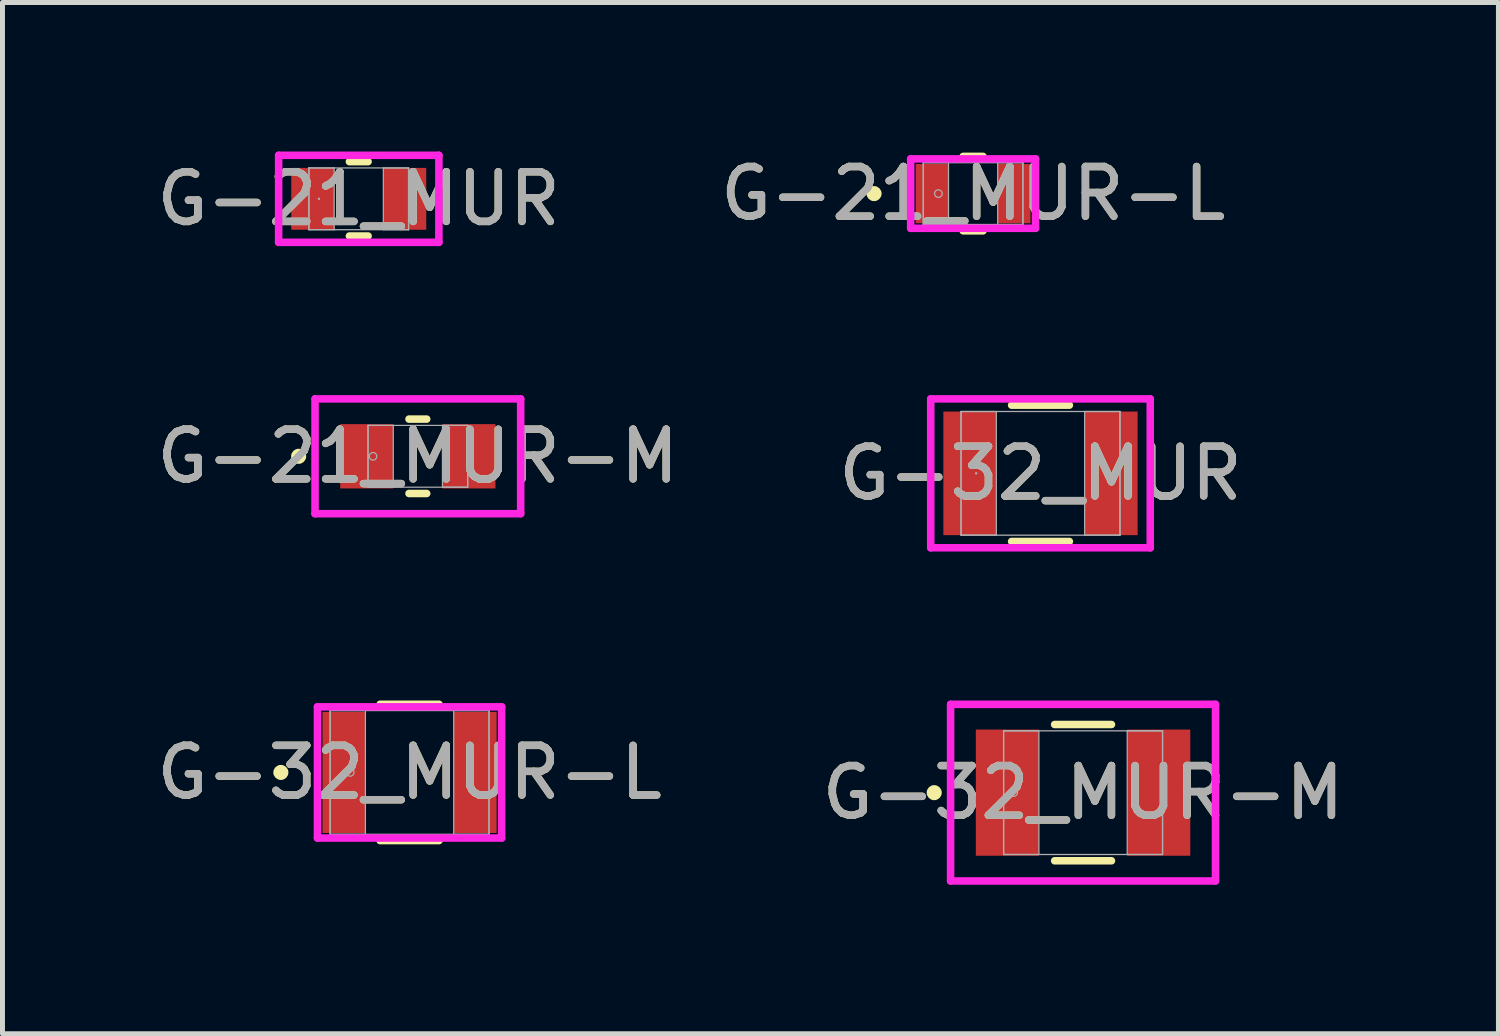
<source format=kicad_pcb>
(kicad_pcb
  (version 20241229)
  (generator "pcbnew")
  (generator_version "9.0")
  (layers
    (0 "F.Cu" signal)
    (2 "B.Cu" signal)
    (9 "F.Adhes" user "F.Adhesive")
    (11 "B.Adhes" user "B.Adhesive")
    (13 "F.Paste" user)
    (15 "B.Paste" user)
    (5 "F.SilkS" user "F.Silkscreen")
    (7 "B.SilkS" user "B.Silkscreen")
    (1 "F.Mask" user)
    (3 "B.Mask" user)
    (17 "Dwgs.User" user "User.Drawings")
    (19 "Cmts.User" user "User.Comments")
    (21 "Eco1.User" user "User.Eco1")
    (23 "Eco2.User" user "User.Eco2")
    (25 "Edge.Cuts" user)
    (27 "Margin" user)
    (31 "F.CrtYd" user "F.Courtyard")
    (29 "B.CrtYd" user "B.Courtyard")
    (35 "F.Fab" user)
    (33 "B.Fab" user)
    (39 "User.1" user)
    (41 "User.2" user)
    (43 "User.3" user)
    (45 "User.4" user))
  (footprint "G-21_MUR-L"
    (layer "F.Cu")
    (at 16.542 0.848)
    (property "Reference" "G-21_MUR-L" (at 0 0 0) (unlocked yes) (layer "F.SilkS") (effects (font (size 1 1) (thickness 0.15))))
    (attr smd)
    (fp_line (start -0.2 0.749) (end 0.2 0.749) (stroke (width 0.152) (type solid)) (layer "F.SilkS"))
    (fp_line (start 0.2 -0.749) (end -0.2 -0.749) (stroke (width 0.152) (type solid)) (layer "F.SilkS"))
    (fp_circle (center -1.994 0) (end -1.918 0) (stroke (width 0.152) (type solid)) (fill no) (layer "F.SilkS"))
    (fp_line (start -1.257 -0.699) (end 1.257 -0.699) (stroke (width 0.152) (type solid)) (layer "F.CrtYd"))
    (fp_line (start -1.257 0.699) (end -1.257 -0.699) (stroke (width 0.152) (type solid)) (layer "F.CrtYd"))
    (fp_line (start 1.257 -0.699) (end 1.257 0.699) (stroke (width 0.152) (type solid)) (layer "F.CrtYd"))
    (fp_line (start 1.257 0.699) (end -1.257 0.699) (stroke (width 0.152) (type solid)) (layer "F.CrtYd"))
    (fp_line (start -1.003 -0.622) (end -1.003 0.622) (stroke (width 0.025) (type solid)) (layer "F.Fab"))
    (fp_line (start -1.003 -0.622) (end -1.003 0.622) (stroke (width 0.025) (type solid)) (layer "F.Fab"))
    (fp_line (start -1.003 0.622) (end -0.495 0.622) (stroke (width 0.025) (type solid)) (layer "F.Fab"))
    (fp_line (start -1.003 0.622) (end 1.003 0.622) (stroke (width 0.025) (type solid)) (layer "F.Fab"))
    (fp_line (start -0.495 -0.622) (end -1.003 -0.622) (stroke (width 0.025) (type solid)) (layer "F.Fab"))
    (fp_line (start -0.495 0.622) (end -0.495 -0.622) (stroke (width 0.025) (type solid)) (layer "F.Fab"))
    (fp_line (start 0.495 -0.622) (end 0.495 0.622) (stroke (width 0.025) (type solid)) (layer "F.Fab"))
    (fp_line (start 0.495 0.622) (end 1.003 0.622) (stroke (width 0.025) (type solid)) (layer "F.Fab"))
    (fp_line (start 1.003 -0.622) (end -1.003 -0.622) (stroke (width 0.025) (type solid)) (layer "F.Fab"))
    (fp_line (start 1.003 -0.622) (end 0.495 -0.622) (stroke (width 0.025) (type solid)) (layer "F.Fab"))
    (fp_line (start 1.003 0.622) (end 1.003 -0.622) (stroke (width 0.025) (type solid)) (layer "F.Fab"))
    (fp_line (start 1.003 0.622) (end 1.003 -0.622) (stroke (width 0.025) (type solid)) (layer "F.Fab"))
    (fp_circle (center -0.699 0) (end -0.622 0) (stroke (width 0.025) (type solid)) (fill no) (layer "F.Fab"))
    (fp_text user "${REFERENCE}" (at 0 0 0) (unlocked yes) (layer "F.Fab") (effects (font (size 1 1) (thickness 0.15))))
    (pad "1" smd rect (at -0.826 0) (size 0.66 1.194) (layers "F.Cu" "F.Mask" "F.Paste"))
    (pad "2" smd rect (at 0.826 0) (size 0.66 1.194) (layers "F.Cu" "F.Mask" "F.Paste"))
    (zone (net_name "") (layer "F.Cu") (hatch full 0.508) (connect_pads) (min_thickness 0.254) (filled_areas_thickness no) (keepout (tracks not_allowed) (vias not_allowed) (pads allowed) (copperpour not_allowed) (footprints allowed)) (placement (enabled no)) (fill) (polygon (pts (xy 16.097 0.277) (xy 16.986 0.277) (xy 16.986 1.42) (xy 16.097 1.42)))))
  (footprint "G-32_MUR"
    (layer "F.Cu")
    (at 17.899 6.48)
    (property "Reference" "G-32_MUR" (at 0 0 0) (unlocked yes) (layer "F.SilkS") (effects (font (size 1 1) (thickness 0.15))))
    (attr smd)
    (fp_line (start -0.581 1.372) (end 0.581 1.372) (stroke (width 0.152) (type solid)) (layer "F.SilkS"))
    (fp_line (start 0.581 -1.372) (end -0.581 -1.372) (stroke (width 0.152) (type solid)) (layer "F.SilkS"))
    (fp_line (start -2.21 -1.499) (end 2.21 -1.499) (stroke (width 0.152) (type solid)) (layer "F.CrtYd"))
    (fp_line (start -2.21 1.499) (end -2.21 -1.499) (stroke (width 0.152) (type solid)) (layer "F.CrtYd"))
    (fp_line (start 2.21 -1.499) (end 2.21 1.499) (stroke (width 0.152) (type solid)) (layer "F.CrtYd"))
    (fp_line (start 2.21 1.499) (end -2.21 1.499) (stroke (width 0.152) (type solid)) (layer "F.CrtYd"))
    (fp_line (start -1.6 -1.245) (end -1.6 1.245) (stroke (width 0.025) (type solid)) (layer "F.Fab"))
    (fp_line (start -1.6 -1.245) (end -1.6 1.245) (stroke (width 0.025) (type solid)) (layer "F.Fab"))
    (fp_line (start -1.6 1.245) (end -0.889 1.245) (stroke (width 0.025) (type solid)) (layer "F.Fab"))
    (fp_line (start -1.6 1.245) (end 1.6 1.245) (stroke (width 0.025) (type solid)) (layer "F.Fab"))
    (fp_line (start -0.889 -1.245) (end -1.6 -1.245) (stroke (width 0.025) (type solid)) (layer "F.Fab"))
    (fp_line (start -0.889 1.245) (end -0.889 -1.245) (stroke (width 0.025) (type solid)) (layer "F.Fab"))
    (fp_line (start 0.889 -1.245) (end 0.889 1.245) (stroke (width 0.025) (type solid)) (layer "F.Fab"))
    (fp_line (start 0.889 1.245) (end 1.6 1.245) (stroke (width 0.025) (type solid)) (layer "F.Fab"))
    (fp_line (start 1.6 -1.245) (end -1.6 -1.245) (stroke (width 0.025) (type solid)) (layer "F.Fab"))
    (fp_line (start 1.6 -1.245) (end 0.889 -1.245) (stroke (width 0.025) (type solid)) (layer "F.Fab"))
    (fp_line (start 1.6 1.245) (end 1.6 -1.245) (stroke (width 0.025) (type solid)) (layer "F.Fab"))
    (fp_line (start 1.6 1.245) (end 1.6 -1.245) (stroke (width 0.025) (type solid)) (layer "F.Fab"))
    (fp_circle (center -1.295 0) (end -1.295 0) (stroke (width 0.025) (type solid)) (fill no) (layer "F.Fab"))
    (fp_text user "${REFERENCE}" (at 0 0 0) (unlocked yes) (layer "F.Fab") (effects (font (size 1 1) (thickness 0.15))))
    (pad "1" smd rect (at -1.422 0) (size 1.067 2.489) (layers "F.Cu" "F.Mask" "F.Paste"))
    (pad "2" smd rect (at 1.422 0) (size 1.067 2.489) (layers "F.Cu" "F.Mask" "F.Paste")))
  (footprint "G-21_MUR-M"
    (layer "F.Cu")
    (at 5.363 6.137)
    (property "Reference" "G-21_MUR-M" (at 0 0 0) (unlocked yes) (layer "F.SilkS") (effects (font (size 1 1) (thickness 0.15))))
    (attr smd)
    (fp_line (start -0.178 0.749) (end 0.178 0.749) (stroke (width 0.152) (type solid)) (layer "F.SilkS"))
    (fp_line (start 0.178 -0.749) (end -0.178 -0.749) (stroke (width 0.152) (type solid)) (layer "F.SilkS"))
    (fp_circle (center -2.4 0) (end -2.324 0) (stroke (width 0.152) (type solid)) (fill no) (layer "F.SilkS"))
    (fp_line (start -2.07 -1.156) (end 2.07 -1.156) (stroke (width 0.152) (type solid)) (layer "F.CrtYd"))
    (fp_line (start -2.07 1.156) (end -2.07 -1.156) (stroke (width 0.152) (type solid)) (layer "F.CrtYd"))
    (fp_line (start 2.07 -1.156) (end 2.07 1.156) (stroke (width 0.152) (type solid)) (layer "F.CrtYd"))
    (fp_line (start 2.07 1.156) (end -2.07 1.156) (stroke (width 0.152) (type solid)) (layer "F.CrtYd"))
    (fp_line (start -1.003 -0.622) (end -1.003 0.622) (stroke (width 0.025) (type solid)) (layer "F.Fab"))
    (fp_line (start -1.003 -0.622) (end -1.003 0.622) (stroke (width 0.025) (type solid)) (layer "F.Fab"))
    (fp_line (start -1.003 0.622) (end -0.495 0.622) (stroke (width 0.025) (type solid)) (layer "F.Fab"))
    (fp_line (start -1.003 0.622) (end 1.003 0.622) (stroke (width 0.025) (type solid)) (layer "F.Fab"))
    (fp_line (start -0.495 -0.622) (end -1.003 -0.622) (stroke (width 0.025) (type solid)) (layer "F.Fab"))
    (fp_line (start -0.495 0.622) (end -0.495 -0.622) (stroke (width 0.025) (type solid)) (layer "F.Fab"))
    (fp_line (start 0.495 -0.622) (end 0.495 0.622) (stroke (width 0.025) (type solid)) (layer "F.Fab"))
    (fp_line (start 0.495 0.622) (end 1.003 0.622) (stroke (width 0.025) (type solid)) (layer "F.Fab"))
    (fp_line (start 1.003 -0.622) (end -1.003 -0.622) (stroke (width 0.025) (type solid)) (layer "F.Fab"))
    (fp_line (start 1.003 -0.622) (end 0.495 -0.622) (stroke (width 0.025) (type solid)) (layer "F.Fab"))
    (fp_line (start 1.003 0.622) (end 1.003 -0.622) (stroke (width 0.025) (type solid)) (layer "F.Fab"))
    (fp_line (start 1.003 0.622) (end 1.003 -0.622) (stroke (width 0.025) (type solid)) (layer "F.Fab"))
    (fp_circle (center -0.902 0) (end -0.826 0) (stroke (width 0.025) (type solid)) (fill no) (layer "F.Fab"))
    (fp_text user "${REFERENCE}" (at 0 0 0) (unlocked yes) (layer "F.Fab") (effects (font (size 1 1) (thickness 0.15))))
    (pad "1" smd rect (at -1.029 0) (size 1.067 1.295) (layers "F.Cu" "F.Mask" "F.Paste"))
    (pad "2" smd rect (at 1.029 0) (size 1.067 1.295) (layers "F.Cu" "F.Mask" "F.Paste"))
    (zone (net_name "") (layer "F.Cu") (hatch full 0.508) (connect_pads) (min_thickness 0.254) (filled_areas_thickness no) (keepout (tracks not_allowed) (vias not_allowed) (pads allowed) (copperpour not_allowed) (footprints allowed)) (placement (enabled no)) (fill) (polygon (pts (xy 4.919 5.565) (xy 5.808 5.565) (xy 5.808 6.708) (xy 4.919 6.708)))))
  (footprint "G-32_MUR-M"
    (layer "F.Cu")
    (at 18.756 12.909)
    (property "Reference" "G-32_MUR-M" (at 0 0 0) (unlocked yes) (layer "F.SilkS") (effects (font (size 1 1) (thickness 0.15))))
    (attr smd)
    (fp_line (start -0.572 1.372) (end 0.572 1.372) (stroke (width 0.152) (type solid)) (layer "F.SilkS"))
    (fp_line (start 0.572 -1.372) (end -0.572 -1.372) (stroke (width 0.152) (type solid)) (layer "F.SilkS"))
    (fp_circle (center -2.997 0) (end -2.921 0) (stroke (width 0.152) (type solid)) (fill no) (layer "F.SilkS"))
    (fp_line (start -2.667 -1.778) (end 2.667 -1.778) (stroke (width 0.152) (type solid)) (layer "F.CrtYd"))
    (fp_line (start -2.667 1.778) (end -2.667 -1.778) (stroke (width 0.152) (type solid)) (layer "F.CrtYd"))
    (fp_line (start 2.667 -1.778) (end 2.667 1.778) (stroke (width 0.152) (type solid)) (layer "F.CrtYd"))
    (fp_line (start 2.667 1.778) (end -2.667 1.778) (stroke (width 0.152) (type solid)) (layer "F.CrtYd"))
    (fp_line (start -1.6 -1.245) (end -1.6 1.245) (stroke (width 0.025) (type solid)) (layer "F.Fab"))
    (fp_line (start -1.6 -1.245) (end -1.6 1.245) (stroke (width 0.025) (type solid)) (layer "F.Fab"))
    (fp_line (start -1.6 1.245) (end -0.889 1.245) (stroke (width 0.025) (type solid)) (layer "F.Fab"))
    (fp_line (start -1.6 1.245) (end 1.6 1.245) (stroke (width 0.025) (type solid)) (layer "F.Fab"))
    (fp_line (start -0.889 -1.245) (end -1.6 -1.245) (stroke (width 0.025) (type solid)) (layer "F.Fab"))
    (fp_line (start -0.889 1.245) (end -0.889 -1.245) (stroke (width 0.025) (type solid)) (layer "F.Fab"))
    (fp_line (start 0.889 -1.245) (end 0.889 1.245) (stroke (width 0.025) (type solid)) (layer "F.Fab"))
    (fp_line (start 0.889 1.245) (end 1.6 1.245) (stroke (width 0.025) (type solid)) (layer "F.Fab"))
    (fp_line (start 1.6 -1.245) (end -1.6 -1.245) (stroke (width 0.025) (type solid)) (layer "F.Fab"))
    (fp_line (start 1.6 -1.245) (end 0.889 -1.245) (stroke (width 0.025) (type solid)) (layer "F.Fab"))
    (fp_line (start 1.6 1.245) (end 1.6 -1.245) (stroke (width 0.025) (type solid)) (layer "F.Fab"))
    (fp_line (start 1.6 1.245) (end 1.6 -1.245) (stroke (width 0.025) (type solid)) (layer "F.Fab"))
    (fp_circle (center -1.397 0) (end -1.321 0) (stroke (width 0.025) (type solid)) (fill no) (layer "F.Fab"))
    (fp_text user "${REFERENCE}" (at 0 0 0) (unlocked yes) (layer "F.Fab") (effects (font (size 1 1) (thickness 0.15))))
    (pad "1" smd rect (at -1.524 0) (size 1.27 2.54) (layers "F.Cu" "F.Mask" "F.Paste"))
    (pad "2" smd rect (at 1.524 0) (size 1.27 2.54) (layers "F.Cu" "F.Mask" "F.Paste"))
    (zone (net_name "") (layer "F.Cu") (hatch full 0.508) (connect_pads) (min_thickness 0.254) (filled_areas_thickness no) (keepout (tracks not_allowed) (vias not_allowed) (pads allowed) (copperpour not_allowed) (footprints allowed)) (placement (enabled no)) (fill) (polygon (pts (xy 17.918 11.715) (xy 19.594 11.715) (xy 19.594 14.103) (xy 17.918 14.103)))))
  (footprint "G-21_MUR"
    (layer "F.Cu")
    (at 4.173 0.953)
    (property "Reference" "G-21_MUR" (at 0 0 0) (unlocked yes) (layer "F.SilkS") (effects (font (size 1 1) (thickness 0.15))))
    (attr smd)
    (fp_line (start -0.188 0.749) (end 0.188 0.749) (stroke (width 0.152) (type solid)) (layer "F.SilkS"))
    (fp_line (start 0.188 -0.749) (end -0.188 -0.749) (stroke (width 0.152) (type solid)) (layer "F.SilkS"))
    (fp_line (start -1.613 -0.876) (end 1.613 -0.876) (stroke (width 0.152) (type solid)) (layer "F.CrtYd"))
    (fp_line (start -1.613 0.876) (end -1.613 -0.876) (stroke (width 0.152) (type solid)) (layer "F.CrtYd"))
    (fp_line (start 1.613 -0.876) (end 1.613 0.876) (stroke (width 0.152) (type solid)) (layer "F.CrtYd"))
    (fp_line (start 1.613 0.876) (end -1.613 0.876) (stroke (width 0.152) (type solid)) (layer "F.CrtYd"))
    (fp_line (start -1.003 -0.622) (end -1.003 0.622) (stroke (width 0.025) (type solid)) (layer "F.Fab"))
    (fp_line (start -1.003 -0.622) (end -1.003 0.622) (stroke (width 0.025) (type solid)) (layer "F.Fab"))
    (fp_line (start -1.003 0.622) (end -0.495 0.622) (stroke (width 0.025) (type solid)) (layer "F.Fab"))
    (fp_line (start -1.003 0.622) (end 1.003 0.622) (stroke (width 0.025) (type solid)) (layer "F.Fab"))
    (fp_line (start -0.495 -0.622) (end -1.003 -0.622) (stroke (width 0.025) (type solid)) (layer "F.Fab"))
    (fp_line (start -0.495 0.622) (end -0.495 -0.622) (stroke (width 0.025) (type solid)) (layer "F.Fab"))
    (fp_line (start 0.495 -0.622) (end 0.495 0.622) (stroke (width 0.025) (type solid)) (layer "F.Fab"))
    (fp_line (start 0.495 0.622) (end 1.003 0.622) (stroke (width 0.025) (type solid)) (layer "F.Fab"))
    (fp_line (start 1.003 -0.622) (end -1.003 -0.622) (stroke (width 0.025) (type solid)) (layer "F.Fab"))
    (fp_line (start 1.003 -0.622) (end 0.495 -0.622) (stroke (width 0.025) (type solid)) (layer "F.Fab"))
    (fp_line (start 1.003 0.622) (end 1.003 -0.622) (stroke (width 0.025) (type solid)) (layer "F.Fab"))
    (fp_line (start 1.003 0.622) (end 1.003 -0.622) (stroke (width 0.025) (type solid)) (layer "F.Fab"))
    (fp_circle (center -0.8 0) (end -0.8 0) (stroke (width 0.025) (type solid)) (fill no) (layer "F.Fab"))
    (fp_text user "${REFERENCE}" (at 0 0 0) (unlocked yes) (layer "F.Fab") (effects (font (size 1 1) (thickness 0.15))))
    (pad "1" smd rect (at -0.927 0) (size 0.864 1.245) (layers "F.Cu" "F.Mask" "F.Paste"))
    (pad "2" smd rect (at 0.927 0) (size 0.864 1.245) (layers "F.Cu" "F.Mask" "F.Paste")))
  (footprint "G-32_MUR-L"
    (layer "F.Cu")
    (at 5.196 12.502)
    (property "Reference" "G-32_MUR-L" (at 0 0 0) (unlocked yes) (layer "F.SilkS") (effects (font (size 1 1) (thickness 0.15))))
    (attr smd)
    (fp_line (start -0.593 1.372) (end 0.593 1.372) (stroke (width 0.152) (type solid)) (layer "F.SilkS"))
    (fp_line (start 0.593 -1.372) (end -0.593 -1.372) (stroke (width 0.152) (type solid)) (layer "F.SilkS"))
    (fp_circle (center -2.591 0) (end -2.515 0) (stroke (width 0.152) (type solid)) (fill no) (layer "F.SilkS"))
    (fp_line (start -1.854 -1.321) (end 1.854 -1.321) (stroke (width 0.152) (type solid)) (layer "F.CrtYd"))
    (fp_line (start -1.854 1.321) (end -1.854 -1.321) (stroke (width 0.152) (type solid)) (layer "F.CrtYd"))
    (fp_line (start 1.854 -1.321) (end 1.854 1.321) (stroke (width 0.152) (type solid)) (layer "F.CrtYd"))
    (fp_line (start 1.854 1.321) (end -1.854 1.321) (stroke (width 0.152) (type solid)) (layer "F.CrtYd"))
    (fp_line (start -1.6 -1.245) (end -1.6 1.245) (stroke (width 0.025) (type solid)) (layer "F.Fab"))
    (fp_line (start -1.6 -1.245) (end -1.6 1.245) (stroke (width 0.025) (type solid)) (layer "F.Fab"))
    (fp_line (start -1.6 1.245) (end -0.889 1.245) (stroke (width 0.025) (type solid)) (layer "F.Fab"))
    (fp_line (start -1.6 1.245) (end 1.6 1.245) (stroke (width 0.025) (type solid)) (layer "F.Fab"))
    (fp_line (start -0.889 -1.245) (end -1.6 -1.245) (stroke (width 0.025) (type solid)) (layer "F.Fab"))
    (fp_line (start -0.889 1.245) (end -0.889 -1.245) (stroke (width 0.025) (type solid)) (layer "F.Fab"))
    (fp_line (start 0.889 -1.245) (end 0.889 1.245) (stroke (width 0.025) (type solid)) (layer "F.Fab"))
    (fp_line (start 0.889 1.245) (end 1.6 1.245) (stroke (width 0.025) (type solid)) (layer "F.Fab"))
    (fp_line (start 1.6 -1.245) (end -1.6 -1.245) (stroke (width 0.025) (type solid)) (layer "F.Fab"))
    (fp_line (start 1.6 -1.245) (end 0.889 -1.245) (stroke (width 0.025) (type solid)) (layer "F.Fab"))
    (fp_line (start 1.6 1.245) (end 1.6 -1.245) (stroke (width 0.025) (type solid)) (layer "F.Fab"))
    (fp_line (start 1.6 1.245) (end 1.6 -1.245) (stroke (width 0.025) (type solid)) (layer "F.Fab"))
    (fp_circle (center -1.194 0) (end -1.118 0) (stroke (width 0.025) (type solid)) (fill no) (layer "F.Fab"))
    (fp_text user "${REFERENCE}" (at 0 0 0) (unlocked yes) (layer "F.Fab") (effects (font (size 1 1) (thickness 0.15))))
    (pad "1" smd rect (at -1.321 0) (size 0.864 2.438) (layers "F.Cu" "F.Mask" "F.Paste"))
    (pad "2" smd rect (at 1.321 0) (size 0.864 2.438) (layers "F.Cu" "F.Mask" "F.Paste"))
    (zone (net_name "") (layer "F.Cu") (hatch full 0.508) (connect_pads) (min_thickness 0.254) (filled_areas_thickness no) (keepout (tracks not_allowed) (vias not_allowed) (pads allowed) (copperpour not_allowed) (footprints allowed)) (placement (enabled no)) (fill) (polygon (pts (xy 4.358 11.309) (xy 6.035 11.309) (xy 6.035 13.696) (xy 4.358 13.696)))))
  (gr_rect
    (start -3 -3)
    (end 27.119 17.763)
    (stroke (width 0.1) (type default))
    (fill no)
    (layer "Edge.Cuts")))
</source>
